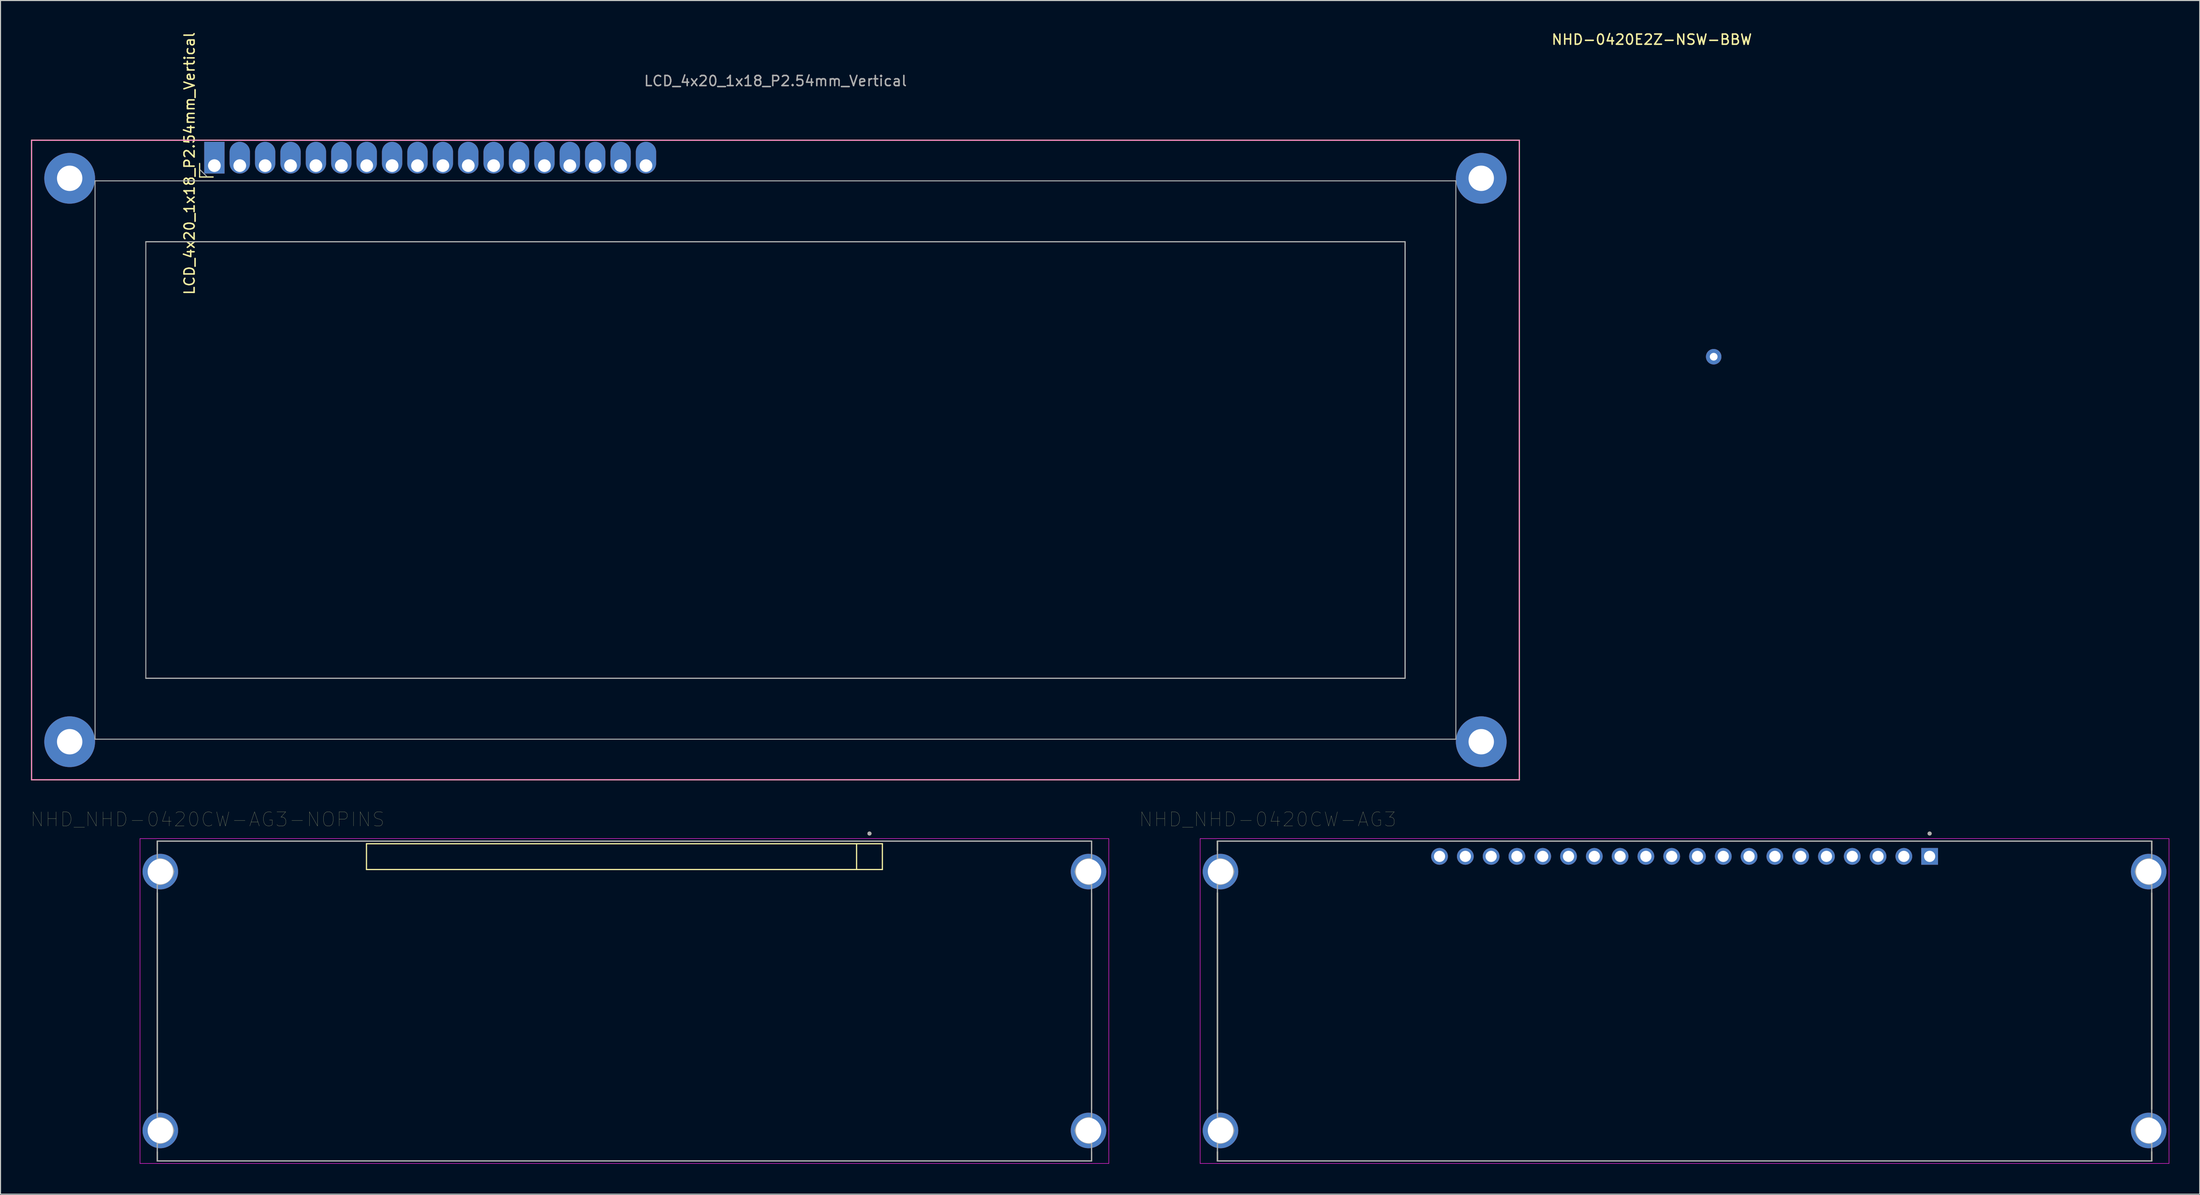
<source format=kicad_pcb>
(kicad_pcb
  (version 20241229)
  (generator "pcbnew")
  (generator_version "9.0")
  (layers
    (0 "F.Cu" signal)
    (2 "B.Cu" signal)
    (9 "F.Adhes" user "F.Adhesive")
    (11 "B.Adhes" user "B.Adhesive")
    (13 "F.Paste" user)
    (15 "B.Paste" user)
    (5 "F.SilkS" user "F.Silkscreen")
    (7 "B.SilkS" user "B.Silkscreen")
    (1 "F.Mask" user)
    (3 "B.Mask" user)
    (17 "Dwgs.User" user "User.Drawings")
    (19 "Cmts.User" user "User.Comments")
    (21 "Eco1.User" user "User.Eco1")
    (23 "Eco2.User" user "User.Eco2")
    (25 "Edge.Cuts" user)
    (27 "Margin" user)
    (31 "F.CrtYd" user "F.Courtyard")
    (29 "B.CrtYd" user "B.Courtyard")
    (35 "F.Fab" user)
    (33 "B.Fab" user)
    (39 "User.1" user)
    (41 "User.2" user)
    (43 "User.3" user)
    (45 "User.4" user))
  (footprint "NHD-0420E2Z-NSW-BBW"
    (layer "F.Cu")
    (at 194.4 50.378)
    (property "Reference" "NHD-0420E2Z-NSW-BBW" (at -34.798 -49.53 0) (layer "F.SilkS") (effects (font (size 1 1) (thickness 0.15))))
    (attr through_hole)
    (pad "1" thru_hole circle (at -28.702 -18.288) (size 1.524 1.524) (drill 0.762) (layers "*.Cu" "*.Mask")))
  (footprint "NHD_NHD-0420CW-AG3-NOPINS"
    (layer "F.Cu")
    (at 58.438 95.558)
    (property "Reference" "NHD_NHD-0420CW-AG3-NOPINS" (at -41.055 -17.889 0) (layer "F.SilkS") (effects (font (size 1.4 1.4) (thickness 0.015))))
    (attr through_hole)
    (fp_line (start -46 -15.75) (end 46 -15.75) (stroke (width 0.127) (type solid)) (layer "F.SilkS"))
    (fp_line (start -46 -14.85) (end -46 -15.75) (stroke (width 0.127) (type solid)) (layer "F.SilkS"))
    (fp_line (start -46 10.65) (end -46 -10.65) (stroke (width 0.127) (type solid)) (layer "F.SilkS"))
    (fp_line (start -46 15.75) (end -46 14.85) (stroke (width 0.127) (type solid)) (layer "F.SilkS"))
    (fp_line (start -25.4 -15.494) (end -25.4 -12.954) (stroke (width 0.12) (type solid)) (layer "F.SilkS"))
    (fp_line (start -25.4 -15.494) (end 25.4 -15.494) (stroke (width 0.12) (type solid)) (layer "F.SilkS"))
    (fp_line (start 22.86 -15.494) (end 22.86 -12.954) (stroke (width 0.12) (type solid)) (layer "F.SilkS"))
    (fp_line (start 25.4 -15.494) (end 25.4 -12.954) (stroke (width 0.12) (type solid)) (layer "F.SilkS"))
    (fp_line (start 25.4 -12.954) (end -25.4 -12.954) (stroke (width 0.12) (type solid)) (layer "F.SilkS"))
    (fp_line (start 46 -15.75) (end 46 -14.85) (stroke (width 0.127) (type solid)) (layer "F.SilkS"))
    (fp_line (start 46 -10.65) (end 46 10.65) (stroke (width 0.127) (type solid)) (layer "F.SilkS"))
    (fp_line (start 46 14.85) (end 46 15.75) (stroke (width 0.127) (type solid)) (layer "F.SilkS"))
    (fp_line (start 46 15.75) (end -46 15.75) (stroke (width 0.127) (type solid)) (layer "F.SilkS"))
    (fp_circle (center 24.13 -16.5) (end 24.23 -16.5) (stroke (width 0.2) (type solid)) (fill no) (layer "F.SilkS"))
    (fp_line (start -47.7 -16) (end 47.7 -16) (stroke (width 0.05) (type solid)) (layer "F.CrtYd"))
    (fp_line (start -47.7 16) (end -47.7 -16) (stroke (width 0.05) (type solid)) (layer "F.CrtYd"))
    (fp_line (start 47.7 -16) (end 47.7 16) (stroke (width 0.05) (type solid)) (layer "F.CrtYd"))
    (fp_line (start 47.7 16) (end -47.7 16) (stroke (width 0.05) (type solid)) (layer "F.CrtYd"))
    (fp_line (start -46 -15.75) (end 46 -15.75) (stroke (width 0.127) (type solid)) (layer "F.Fab"))
    (fp_line (start -46 -14) (end -46 -15.75) (stroke (width 0.127) (type solid)) (layer "F.Fab"))
    (fp_line (start -46 11.5) (end -46 -11.5) (stroke (width 0.127) (type solid)) (layer "F.Fab"))
    (fp_line (start -46 15.75) (end -46 14) (stroke (width 0.127) (type solid)) (layer "F.Fab"))
    (fp_line (start 46 -15.75) (end 46 -14) (stroke (width 0.127) (type solid)) (layer "F.Fab"))
    (fp_line (start 46 -11.5) (end 46 11.5) (stroke (width 0.127) (type solid)) (layer "F.Fab"))
    (fp_line (start 46 14) (end 46 15.75) (stroke (width 0.127) (type solid)) (layer "F.Fab"))
    (fp_line (start 46 15.75) (end -46 15.75) (stroke (width 0.127) (type solid)) (layer "F.Fab"))
    (fp_arc (start -46 -14) (mid -44.939117 -13.707199) (end -44.396 -12.75) (stroke (width 0.127) (type solid)) (layer "F.Fab"))
    (fp_arc (start -46 11.5) (mid -44.939117 11.792801) (end -44.396 12.75) (stroke (width 0.127) (type solid)) (layer "F.Fab"))
    (fp_arc (start -44.396 -12.75) (mid -44.939117 -11.792801) (end -46 -11.5) (stroke (width 0.127) (type solid)) (layer "F.Fab"))
    (fp_arc (start -44.396 12.75) (mid -44.939117 13.707199) (end -46 14) (stroke (width 0.127) (type solid)) (layer "F.Fab"))
    (fp_arc (start 44.396 -12.75) (mid 44.939117 -13.707199) (end 46 -14) (stroke (width 0.127) (type solid)) (layer "F.Fab"))
    (fp_arc (start 44.396 12.75) (mid 44.939117 11.792801) (end 46 11.5) (stroke (width 0.127) (type solid)) (layer "F.Fab"))
    (fp_arc (start 46 -11.5) (mid 44.939117 -11.792801) (end 44.396 -12.75) (stroke (width 0.127) (type solid)) (layer "F.Fab"))
    (fp_arc (start 46 14) (mid 44.939117 13.707199) (end 44.396 12.75) (stroke (width 0.127) (type solid)) (layer "F.Fab"))
    (fp_circle (center 24.13 -16.5) (end 24.23 -16.5) (stroke (width 0.2) (type solid)) (fill no) (layer "F.Fab"))
    (pad "P1" thru_hole circle (at -45.7 -12.75) (size 3.5 3.5) (drill 2.5) (layers "*.Cu" "*.Mask"))
    (pad "P2" thru_hole circle (at -45.7 12.75) (size 3.5 3.5) (drill 2.5) (layers "*.Cu" "*.Mask"))
    (pad "P3" thru_hole circle (at 45.7 -12.75) (size 3.5 3.5) (drill 2.5) (layers "*.Cu" "*.Mask"))
    (pad "P4" thru_hole circle (at 45.7 12.75) (size 3.5 3.5) (drill 2.5) (layers "*.Cu" "*.Mask")))
  (footprint "NHD_NHD-0420CW-AG3"
    (layer "F.Cu")
    (at 162.833 95.558)
    (property "Reference" "NHD_NHD-0420CW-AG3" (at -41.055 -17.889 0) (layer "F.SilkS") (effects (font (size 1.4 1.4) (thickness 0.015))))
    (attr through_hole)
    (fp_line (start -46 -15.75) (end 46 -15.75) (stroke (width 0.127) (type solid)) (layer "F.SilkS"))
    (fp_line (start -46 -14.85) (end -46 -15.75) (stroke (width 0.127) (type solid)) (layer "F.SilkS"))
    (fp_line (start -46 10.65) (end -46 -10.65) (stroke (width 0.127) (type solid)) (layer "F.SilkS"))
    (fp_line (start -46 15.75) (end -46 14.85) (stroke (width 0.127) (type solid)) (layer "F.SilkS"))
    (fp_line (start 46 -15.75) (end 46 -14.85) (stroke (width 0.127) (type solid)) (layer "F.SilkS"))
    (fp_line (start 46 -10.65) (end 46 10.65) (stroke (width 0.127) (type solid)) (layer "F.SilkS"))
    (fp_line (start 46 14.85) (end 46 15.75) (stroke (width 0.127) (type solid)) (layer "F.SilkS"))
    (fp_line (start 46 15.75) (end -46 15.75) (stroke (width 0.127) (type solid)) (layer "F.SilkS"))
    (fp_circle (center 24.13 -16.5) (end 24.23 -16.5) (stroke (width 0.2) (type solid)) (fill no) (layer "F.SilkS"))
    (fp_line (start -47.7 -16) (end 47.7 -16) (stroke (width 0.05) (type solid)) (layer "F.CrtYd"))
    (fp_line (start -47.7 16) (end -47.7 -16) (stroke (width 0.05) (type solid)) (layer "F.CrtYd"))
    (fp_line (start 47.7 -16) (end 47.7 16) (stroke (width 0.05) (type solid)) (layer "F.CrtYd"))
    (fp_line (start 47.7 16) (end -47.7 16) (stroke (width 0.05) (type solid)) (layer "F.CrtYd"))
    (fp_line (start -46 -15.75) (end 46 -15.75) (stroke (width 0.127) (type solid)) (layer "F.Fab"))
    (fp_line (start -46 -14) (end -46 -15.75) (stroke (width 0.127) (type solid)) (layer "F.Fab"))
    (fp_line (start -46 11.5) (end -46 -11.5) (stroke (width 0.127) (type solid)) (layer "F.Fab"))
    (fp_line (start -46 15.75) (end -46 14) (stroke (width 0.127) (type solid)) (layer "F.Fab"))
    (fp_line (start 46 -15.75) (end 46 -14) (stroke (width 0.127) (type solid)) (layer "F.Fab"))
    (fp_line (start 46 -11.5) (end 46 11.5) (stroke (width 0.127) (type solid)) (layer "F.Fab"))
    (fp_line (start 46 14) (end 46 15.75) (stroke (width 0.127) (type solid)) (layer "F.Fab"))
    (fp_line (start 46 15.75) (end -46 15.75) (stroke (width 0.127) (type solid)) (layer "F.Fab"))
    (fp_arc (start -46 -14) (mid -44.939117 -13.707199) (end -44.396 -12.75) (stroke (width 0.127) (type solid)) (layer "F.Fab"))
    (fp_arc (start -46 11.5) (mid -44.939117 11.792801) (end -44.396 12.75) (stroke (width 0.127) (type solid)) (layer "F.Fab"))
    (fp_arc (start -44.396 -12.75) (mid -44.939117 -11.792801) (end -46 -11.5) (stroke (width 0.127) (type solid)) (layer "F.Fab"))
    (fp_arc (start -44.396 12.75) (mid -44.939117 13.707199) (end -46 14) (stroke (width 0.127) (type solid)) (layer "F.Fab"))
    (fp_arc (start 44.396 -12.75) (mid 44.939117 -13.707199) (end 46 -14) (stroke (width 0.127) (type solid)) (layer "F.Fab"))
    (fp_arc (start 44.396 12.75) (mid 44.939117 11.792801) (end 46 11.5) (stroke (width 0.127) (type solid)) (layer "F.Fab"))
    (fp_arc (start 46 -11.5) (mid 44.939117 -11.792801) (end 44.396 -12.75) (stroke (width 0.127) (type solid)) (layer "F.Fab"))
    (fp_arc (start 46 14) (mid 44.939117 13.707199) (end 44.396 12.75) (stroke (width 0.127) (type solid)) (layer "F.Fab"))
    (fp_circle (center 24.13 -16.5) (end 24.23 -16.5) (stroke (width 0.2) (type solid)) (fill no) (layer "F.Fab"))
    (pad "1" thru_hole rect (at 24.13 -14.25) (size 1.65 1.65) (drill 1.1) (layers "*.Cu" "*.Mask"))
    (pad "2" thru_hole circle (at 21.59 -14.25) (size 1.65 1.65) (drill 1.1) (layers "*.Cu" "*.Mask"))
    (pad "3" thru_hole circle (at 19.05 -14.25) (size 1.65 1.65) (drill 1.1) (layers "*.Cu" "*.Mask"))
    (pad "4" thru_hole circle (at 16.51 -14.25) (size 1.65 1.65) (drill 1.1) (layers "*.Cu" "*.Mask"))
    (pad "5" thru_hole circle (at 13.97 -14.25) (size 1.65 1.65) (drill 1.1) (layers "*.Cu" "*.Mask"))
    (pad "6" thru_hole circle (at 11.43 -14.25) (size 1.65 1.65) (drill 1.1) (layers "*.Cu" "*.Mask"))
    (pad "7" thru_hole circle (at 8.89 -14.25) (size 1.65 1.65) (drill 1.1) (layers "*.Cu" "*.Mask"))
    (pad "8" thru_hole circle (at 6.35 -14.25) (size 1.65 1.65) (drill 1.1) (layers "*.Cu" "*.Mask"))
    (pad "9" thru_hole circle (at 3.81 -14.25) (size 1.65 1.65) (drill 1.1) (layers "*.Cu" "*.Mask"))
    (pad "10" thru_hole circle (at 1.27 -14.25) (size 1.65 1.65) (drill 1.1) (layers "*.Cu" "*.Mask"))
    (pad "11" thru_hole circle (at -1.27 -14.25) (size 1.65 1.65) (drill 1.1) (layers "*.Cu" "*.Mask"))
    (pad "12" thru_hole circle (at -3.81 -14.25) (size 1.65 1.65) (drill 1.1) (layers "*.Cu" "*.Mask"))
    (pad "13" thru_hole circle (at -6.35 -14.25) (size 1.65 1.65) (drill 1.1) (layers "*.Cu" "*.Mask"))
    (pad "14" thru_hole circle (at -8.89 -14.25) (size 1.65 1.65) (drill 1.1) (layers "*.Cu" "*.Mask"))
    (pad "15" thru_hole circle (at -11.43 -14.25) (size 1.65 1.65) (drill 1.1) (layers "*.Cu" "*.Mask"))
    (pad "16" thru_hole circle (at -13.97 -14.25) (size 1.65 1.65) (drill 1.1) (layers "*.Cu" "*.Mask"))
    (pad "17" thru_hole circle (at -16.51 -14.25) (size 1.65 1.65) (drill 1.1) (layers "*.Cu" "*.Mask"))
    (pad "18" thru_hole circle (at -19.05 -14.25) (size 1.65 1.65) (drill 1.1) (layers "*.Cu" "*.Mask"))
    (pad "19" thru_hole circle (at -21.59 -14.25) (size 1.65 1.65) (drill 1.1) (layers "*.Cu" "*.Mask"))
    (pad "20" thru_hole circle (at -24.13 -14.25) (size 1.65 1.65) (drill 1.1) (layers "*.Cu" "*.Mask"))
    (pad "P1" thru_hole circle (at -45.7 -12.75) (size 3.5 3.5) (drill 2.5) (layers "*.Cu" "*.Mask"))
    (pad "P2" thru_hole circle (at -45.7 12.75) (size 3.5 3.5) (drill 2.5) (layers "*.Cu" "*.Mask"))
    (pad "P3" thru_hole circle (at 45.7 -12.75) (size 3.5 3.5) (drill 2.5) (layers "*.Cu" "*.Mask"))
    (pad "P4" thru_hole circle (at 45.7 12.75) (size 3.5 3.5) (drill 2.5) (layers "*.Cu" "*.Mask")))
  (footprint "LCD_4x20_1x18_P2.54mm_Vertical"
    (layer "F.Cu")
    (at 73.31 42.264)
    (property "Reference" "LCD_4x20_1x18_P2.54mm_Vertical" (at -57.702 -29.21 90) (layer "F.SilkS") (effects (font (size 1 1) (thickness 0.15))))
    (attr through_hole)
    (fp_line (start -73.25 -31.5) (end -73.25 31.5) (stroke (width 0.12) (type solid)) (layer "F.SilkS"))
    (fp_line (start -73.25 -31.5) (end 73.25 -31.5) (stroke (width 0.12) (type solid)) (layer "F.SilkS"))
    (fp_line (start -73.25 31.5) (end 73.25 31.5) (stroke (width 0.12) (type solid)) (layer "F.SilkS"))
    (fp_line (start -56.702 -27.88) (end -56.702 -29.21) (stroke (width 0.12) (type solid)) (layer "F.SilkS"))
    (fp_line (start -55.372 -27.88) (end -56.702 -27.88) (stroke (width 0.12) (type solid)) (layer "F.SilkS"))
    (fp_line (start 73.25 -31.5) (end 73.25 31.5) (stroke (width 0.12) (type solid)) (layer "F.SilkS"))
    (fp_line (start -73.25 -31.5) (end -73.25 31.5) (stroke (width 0.05) (type solid)) (layer "F.CrtYd"))
    (fp_line (start -73.25 -31.5) (end 73.25 -31.5) (stroke (width 0.05) (type solid)) (layer "F.CrtYd"))
    (fp_line (start -73.25 31.5) (end 73.25 31.5) (stroke (width 0.05) (type solid)) (layer "F.CrtYd"))
    (fp_line (start 73.25 -31.5) (end 73.25 31.5) (stroke (width 0.05) (type solid)) (layer "F.CrtYd"))
    (fp_line (start -67 -27.5) (end -67 27.5) (stroke (width 0.1) (type solid)) (layer "F.Fab"))
    (fp_line (start -67 -27.5) (end 67 -27.5) (stroke (width 0.1) (type solid)) (layer "F.Fab"))
    (fp_line (start -67 27.5) (end 67 27.5) (stroke (width 0.1) (type solid)) (layer "F.Fab"))
    (fp_line (start -62 -21.5) (end -62 21.5) (stroke (width 0.1) (type solid)) (layer "F.Fab"))
    (fp_line (start -62 -21.5) (end 62 -21.5) (stroke (width 0.12) (type solid)) (layer "F.Fab"))
    (fp_line (start -62 21.5) (end 62 21.5) (stroke (width 0.12) (type solid)) (layer "F.Fab"))
    (fp_line (start -56.007 -27.94) (end -56.642 -28.575) (stroke (width 0.1) (type solid)) (layer "F.Fab"))
    (fp_line (start 62 -21.5) (end 62 21.5) (stroke (width 0.12) (type solid)) (layer "F.Fab"))
    (fp_line (start 67 -27.5) (end 67 27.5) (stroke (width 0.1) (type solid)) (layer "F.Fab"))
    (fp_text user "${REFERENCE}" (at 0 -37.338 180) (layer "F.Fab") (effects (font (size 1 1) (thickness 0.15))))
    (pad "1" thru_hole rect (at -55.25 -29 90) (size 3.125 2) (drill 1.25 (offset 0.781 0)) (layers "*.Cu" "*.Mask"))
    (pad "2" thru_hole oval (at -52.75 -29 90) (size 3.125 2) (drill 1.25 (offset 0.781 0)) (layers "*.Cu" "*.Mask"))
    (pad "3" thru_hole oval (at -50.25 -29 90) (size 3.125 2) (drill 1.25 (offset 0.781 0)) (layers "*.Cu" "*.Mask"))
    (pad "4" thru_hole oval (at -47.75 -29 90) (size 3.125 2) (drill 1.25 (offset 0.781 0)) (layers "*.Cu" "*.Mask"))
    (pad "5" thru_hole oval (at -45.25 -29 90) (size 3.125 2) (drill 1.25 (offset 0.781 0)) (layers "*.Cu" "*.Mask"))
    (pad "6" thru_hole oval (at -42.75 -29 90) (size 3.125 2) (drill 1.25 (offset 0.781 0)) (layers "*.Cu" "*.Mask"))
    (pad "7" thru_hole oval (at -40.25 -29 90) (size 3.125 2) (drill 1.25 (offset 0.781 0)) (layers "*.Cu" "*.Mask"))
    (pad "8" thru_hole oval (at -37.75 -29 90) (size 3.125 2) (drill 1.25 (offset 0.781 0)) (layers "*.Cu" "*.Mask"))
    (pad "9" thru_hole oval (at -35.25 -29 90) (size 3.125 2) (drill 1.25 (offset 0.781 0)) (layers "*.Cu" "*.Mask"))
    (pad "10" thru_hole oval (at -32.75 -29 90) (size 3.125 2) (drill 1.25 (offset 0.781 0)) (layers "*.Cu" "*.Mask"))
    (pad "11" thru_hole oval (at -30.25 -29 90) (size 3.125 2) (drill 1.25 (offset 0.781 0)) (layers "*.Cu" "*.Mask"))
    (pad "12" thru_hole oval (at -27.75 -29 90) (size 3.125 2) (drill 1.25 (offset 0.781 0)) (layers "*.Cu" "*.Mask"))
    (pad "13" thru_hole oval (at -25.25 -29 90) (size 3.125 2) (drill 1.25 (offset 0.781 0)) (layers "*.Cu" "*.Mask"))
    (pad "14" thru_hole oval (at -22.75 -29 90) (size 3.125 2) (drill 1.25 (offset 0.781 0)) (layers "*.Cu" "*.Mask"))
    (pad "15" thru_hole oval (at -20.25 -29 90) (size 3.125 2) (drill 1.25 (offset 0.781 0)) (layers "*.Cu" "*.Mask"))
    (pad "16" thru_hole oval (at -17.75 -29 90) (size 3.125 2) (drill 1.25 (offset 0.781 0)) (layers "*.Cu" "*.Mask"))
    (pad "17" thru_hole oval (at -15.25 -29 90) (size 3.125 2) (drill 1.25 (offset 0.781 0)) (layers "*.Cu" "*.Mask"))
    (pad "18" thru_hole oval (at -12.75 -29 90) (size 3.125 2) (drill 1.25 (offset 0.781 0)) (layers "*.Cu" "*.Mask"))
    (pad "19" thru_hole circle (at -69.5 27.75 90) (size 5 5) (drill 2.5) (layers "*.Cu" "*.Mask"))
    (pad "20" thru_hole circle (at -69.5 -27.75 90) (size 5 5) (drill 2.5) (layers "*.Cu" "*.Mask"))
    (pad "21" thru_hole circle (at 69.5 -27.75 90) (size 5 5) (drill 2.5) (layers "*.Cu" "*.Mask"))
    (pad "22" thru_hole circle (at 69.5 27.75 90) (size 5 5) (drill 2.5) (layers "*.Cu" "*.Mask")))
  (gr_rect
    (start -3 -3)
    (end 213.558 114.583)
    (stroke (width 0.1) (type default))
    (fill no)
    (layer "Edge.Cuts")))
</source>
